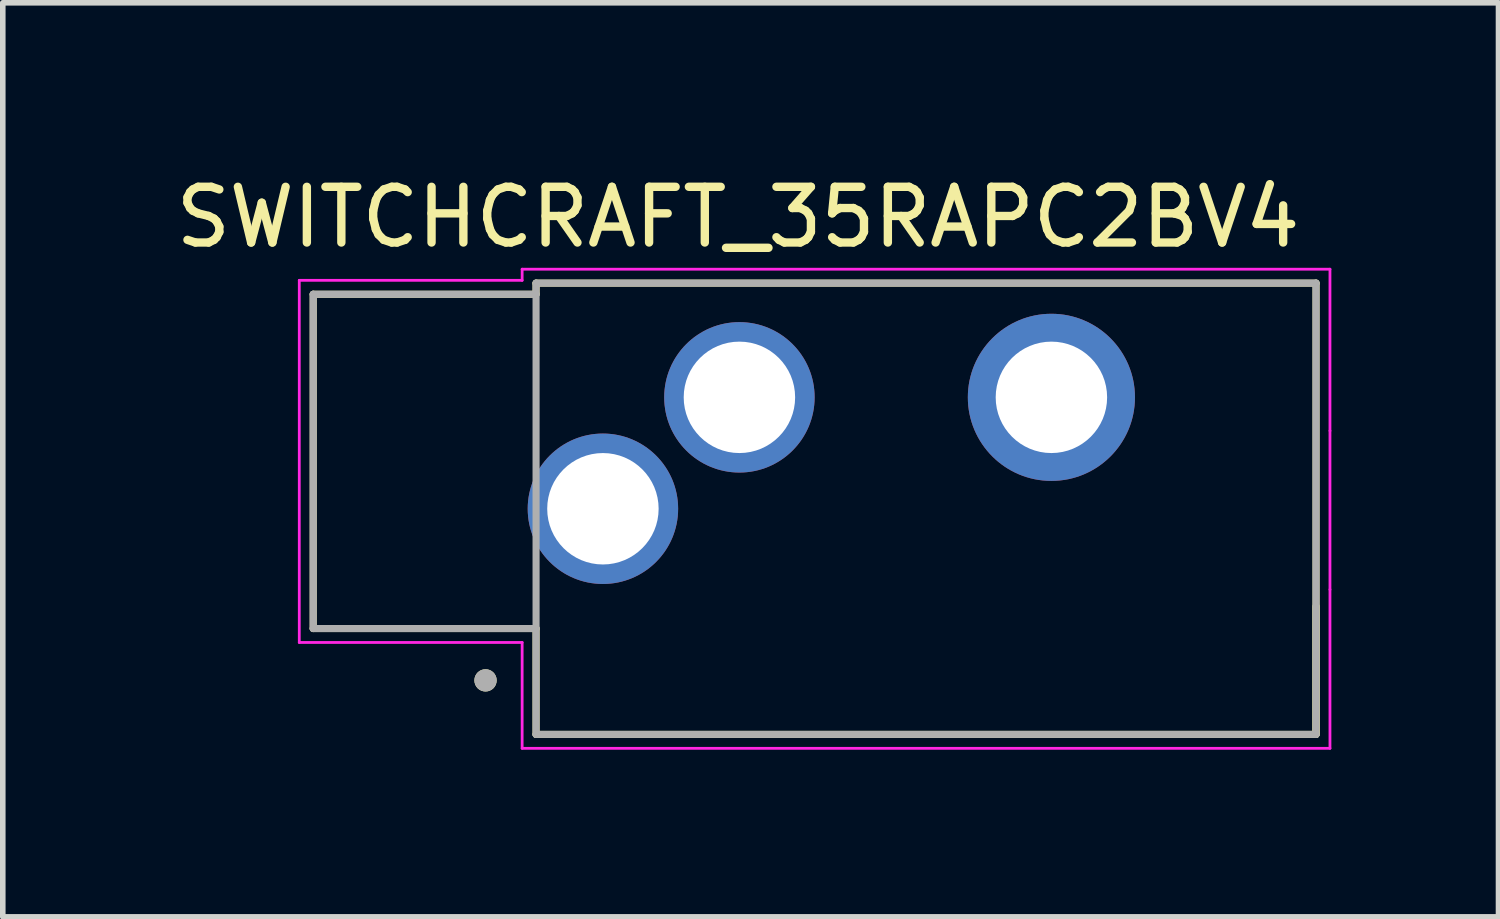
<source format=kicad_pcb>
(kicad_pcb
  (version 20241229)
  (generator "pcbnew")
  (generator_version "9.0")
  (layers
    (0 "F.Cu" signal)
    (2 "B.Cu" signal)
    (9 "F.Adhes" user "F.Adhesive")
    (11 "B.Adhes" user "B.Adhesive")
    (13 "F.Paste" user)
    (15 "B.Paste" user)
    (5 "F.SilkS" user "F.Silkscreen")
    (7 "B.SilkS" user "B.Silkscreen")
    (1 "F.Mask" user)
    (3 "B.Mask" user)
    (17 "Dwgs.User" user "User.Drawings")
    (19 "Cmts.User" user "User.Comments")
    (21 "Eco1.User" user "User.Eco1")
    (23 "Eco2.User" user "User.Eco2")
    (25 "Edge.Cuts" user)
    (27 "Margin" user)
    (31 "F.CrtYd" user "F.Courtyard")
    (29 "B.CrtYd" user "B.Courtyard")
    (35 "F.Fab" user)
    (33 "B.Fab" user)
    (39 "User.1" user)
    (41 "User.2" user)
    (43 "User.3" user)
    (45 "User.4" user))
  (footprint "SWITCHCRAFT_35RAPC2BV4"
    (layer "F.Cu")
    (at 11.572 6.082)
    (property "Reference" "SWITCHCRAFT_35RAPC2BV4" (at -1.376 -5.234 0) (layer "F.SilkS") (effects (font (size 1 1) (thickness 0.15))))
    (attr through_hole)
    (fp_line (start -9 -3.85) (end -5 -3.85) (stroke (width 0.127) (type solid)) (layer "F.SilkS"))
    (fp_line (start -9 2.15) (end -9 -3.85) (stroke (width 0.127) (type solid)) (layer "F.SilkS"))
    (fp_line (start -5 -4.05) (end 9 -4.05) (stroke (width 0.127) (type solid)) (layer "F.SilkS"))
    (fp_line (start -5 -3.85) (end -5 -4.05) (stroke (width 0.127) (type solid)) (layer "F.SilkS"))
    (fp_line (start -5 2.15) (end -9 2.15) (stroke (width 0.127) (type solid)) (layer "F.SilkS"))
    (fp_line (start -5 4.05) (end -5 2.15) (stroke (width 0.127) (type solid)) (layer "F.SilkS"))
    (fp_line (start 9 -4.05) (end 9 4.05) (stroke (width 0.127) (type solid)) (layer "F.SilkS"))
    (fp_line (start 9 1.75) (end 9 4.05) (stroke (width 0.127) (type solid)) (layer "F.SilkS"))
    (fp_line (start 9 4.05) (end -5 4.05) (stroke (width 0.127) (type solid)) (layer "F.SilkS"))
    (fp_circle (center -5.907 3.08) (end -5.807 3.08) (stroke (width 0.2) (type solid)) (fill no) (layer "F.SilkS"))
    (fp_line (start -9.25 -4.1) (end -5.25 -4.1) (stroke (width 0.05) (type solid)) (layer "F.CrtYd"))
    (fp_line (start -9.25 2.4) (end -9.25 -4.1) (stroke (width 0.05) (type solid)) (layer "F.CrtYd"))
    (fp_line (start -5.25 -4.3) (end 9.25 -4.3) (stroke (width 0.05) (type solid)) (layer "F.CrtYd"))
    (fp_line (start -5.25 -4.1) (end -5.25 -4.3) (stroke (width 0.05) (type solid)) (layer "F.CrtYd"))
    (fp_line (start -5.25 2.4) (end -9.25 2.4) (stroke (width 0.05) (type solid)) (layer "F.CrtYd"))
    (fp_line (start -5.25 4.3) (end -5.25 2.4) (stroke (width 0.05) (type solid)) (layer "F.CrtYd"))
    (fp_line (start 9.25 -4.3) (end 9.25 -1.4) (stroke (width 0.05) (type solid)) (layer "F.CrtYd"))
    (fp_line (start 9.25 -1.4) (end 9.25 1.45) (stroke (width 0.05) (type solid)) (layer "F.CrtYd"))
    (fp_line (start 9.25 1.45) (end 9.25 4.3) (stroke (width 0.05) (type solid)) (layer "F.CrtYd"))
    (fp_line (start 9.25 4.3) (end -5.25 4.3) (stroke (width 0.05) (type solid)) (layer "F.CrtYd"))
    (fp_line (start -9 -3.85) (end -5 -3.85) (stroke (width 0.127) (type solid)) (layer "F.Fab"))
    (fp_line (start -9 2.15) (end -9 -3.85) (stroke (width 0.127) (type solid)) (layer "F.Fab"))
    (fp_line (start -5 -4.05) (end -5 4.05) (stroke (width 0.127) (type solid)) (layer "F.Fab"))
    (fp_line (start -5 -4.05) (end 9 -4.05) (stroke (width 0.127) (type solid)) (layer "F.Fab"))
    (fp_line (start -5 2.15) (end -9 2.15) (stroke (width 0.127) (type solid)) (layer "F.Fab"))
    (fp_line (start 9 -4.05) (end 9 4.05) (stroke (width 0.127) (type solid)) (layer "F.Fab"))
    (fp_line (start 9 4.05) (end -5 4.05) (stroke (width 0.127) (type solid)) (layer "F.Fab"))
    (fp_circle (center -5.907 3.08) (end -5.807 3.08) (stroke (width 0.2) (type solid)) (fill no) (layer "F.Fab"))
    (pad "1" thru_hole circle (at -3.8 0) (size 2.7 2.7) (drill 2) (layers "*.Cu" "*.Mask"))
    (pad "2" thru_hole circle (at -1.35 -2) (size 2.7 2.7) (drill 2) (layers "*.Cu" "*.Mask"))
    (pad "4" thru_hole circle (at 4.25 -2) (size 3 3) (drill 2) (layers "*.Cu" "*.Mask")))
  (gr_rect
    (start -3 -3)
    (end 23.847 13.407)
    (stroke (width 0.1) (type default))
    (fill no)
    (layer "Edge.Cuts")))
</source>
